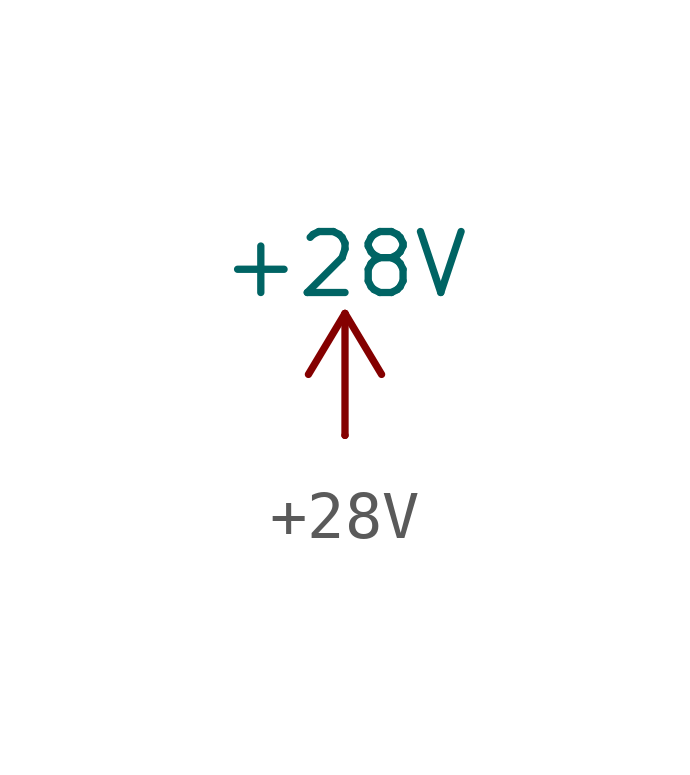
<source format=kicad_sym>
(kicad_symbol_lib
  (version 20231120)
  (generator "kicad_symbol_editor")
  (generator_version "8.0")
  (symbol "+28V"
    (power)
    (pin_numbers hide)
    (pin_names
      (offset 0) hide)
    (property "Reference" "#PWR"
      (at 0 -3.81 0)
      (effects (font (size 1.27 1.27)) (hide yes)))
    (property "Value" "+28V"
      (at 0 3.556 0)
      (effects (font (size 1.27 1.27))))
    (symbol "+28V_0_1"
      (polyline (pts (xy -0.762 1.27) (xy 0 2.54)) (stroke (width 0) (type default)) (fill (type none)))
      (polyline (pts (xy 0 0) (xy 0 2.54)) (stroke (width 0) (type default)) (fill (type none)))
      (polyline (pts (xy 0 2.54) (xy 0.762 1.27)) (stroke (width 0) (type default)) (fill (type none))))
    (symbol "+28V_1_1"
      (pin power_in line (at 0 0 90) (length 0) (name "~" (effects (font (size 1.27 1.27)))) (number "1" (effects (font (size 1.27 1.27))))))))
</source>
